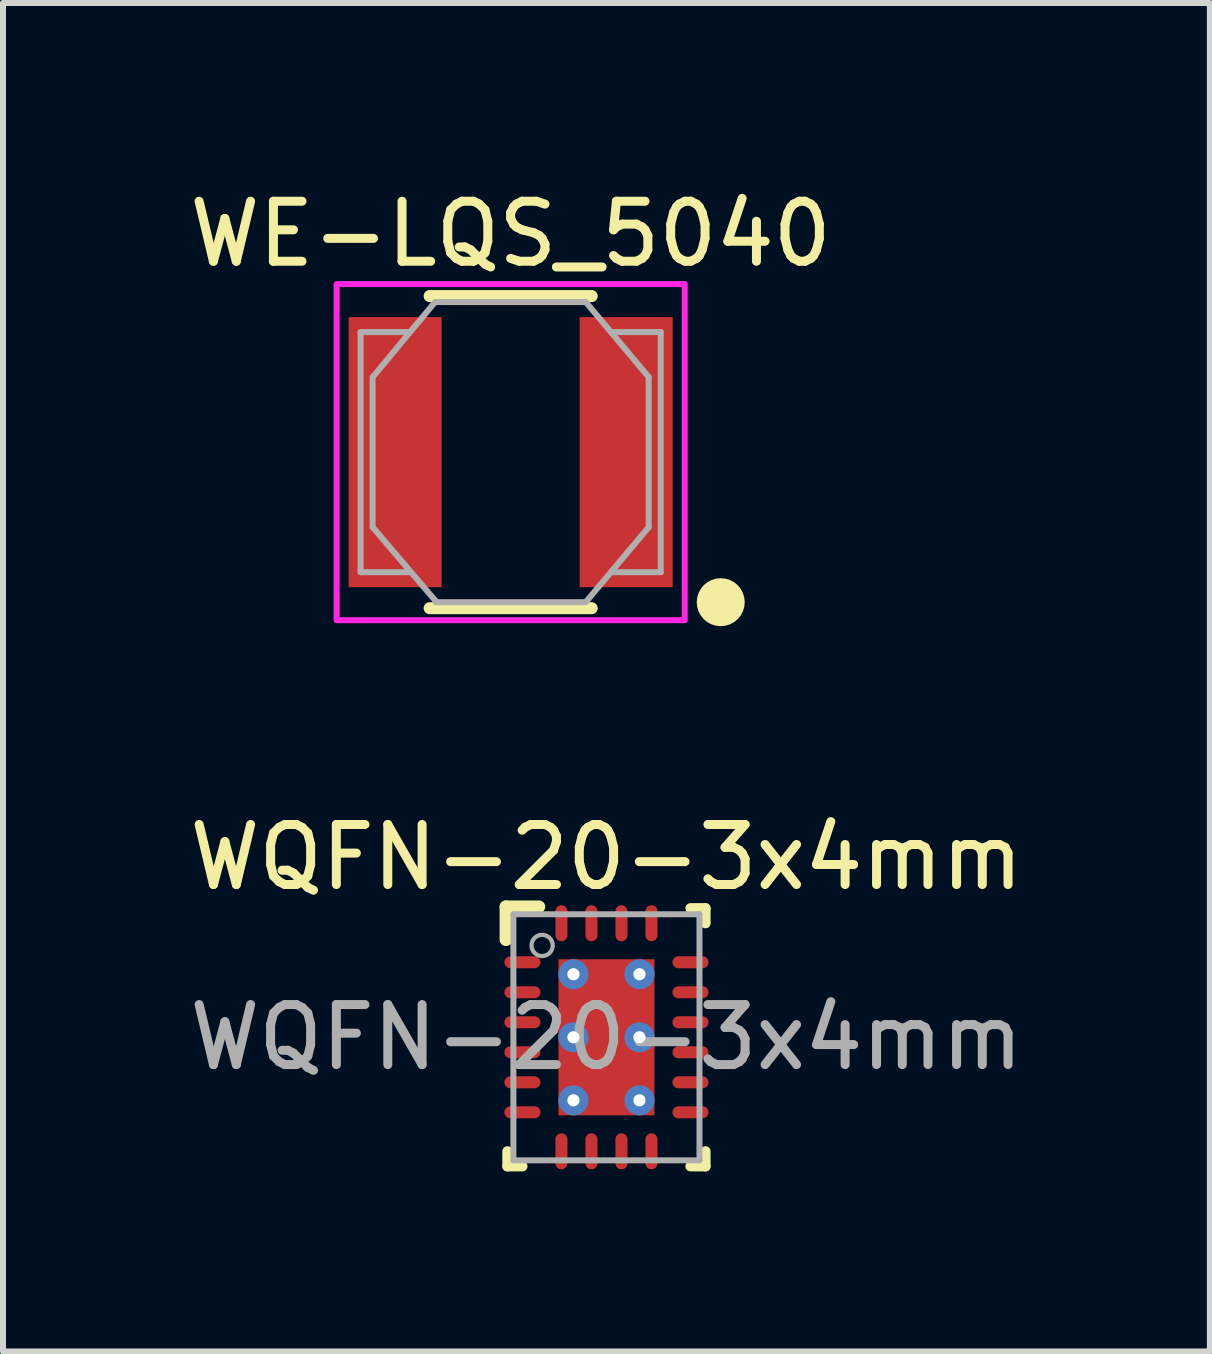
<source format=kicad_pcb>
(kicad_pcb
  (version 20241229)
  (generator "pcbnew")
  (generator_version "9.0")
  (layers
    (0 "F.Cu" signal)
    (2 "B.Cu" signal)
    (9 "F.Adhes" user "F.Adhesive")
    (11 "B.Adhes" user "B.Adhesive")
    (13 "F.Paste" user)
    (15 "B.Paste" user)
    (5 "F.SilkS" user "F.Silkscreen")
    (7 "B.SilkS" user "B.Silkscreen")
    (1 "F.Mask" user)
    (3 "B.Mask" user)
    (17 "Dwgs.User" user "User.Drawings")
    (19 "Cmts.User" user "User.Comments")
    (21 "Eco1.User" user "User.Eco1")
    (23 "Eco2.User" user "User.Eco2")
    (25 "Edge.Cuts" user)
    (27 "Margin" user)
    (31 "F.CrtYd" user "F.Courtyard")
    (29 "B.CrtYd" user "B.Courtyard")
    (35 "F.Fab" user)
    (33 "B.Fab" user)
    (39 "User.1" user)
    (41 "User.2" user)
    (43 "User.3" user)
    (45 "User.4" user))
  (footprint "WE-LQS_5040"
    (layer "F.Cu")
    (at 5.458 4.483)
    (property "Reference" "WE-LQS_5040" (at 0 -3.635 0) (layer "F.SilkS") (effects (font (size 1 1) (thickness 0.15))))
    (attr smd)
    (fp_line (start 1.35 -2.6) (end -1.35 -2.6) (stroke (width 0.2) (type solid)) (layer "F.SilkS"))
    (fp_line (start 1.35 2.6) (end -1.35 2.6) (stroke (width 0.2) (type solid)) (layer "F.SilkS"))
    (fp_circle (center 3.5 2.5) (end 3.7 2.5) (stroke (width 0.4) (type solid)) (fill no) (layer "F.SilkS"))
    (fp_poly (pts (xy 2.9 2.8) (xy -2.9 2.8) (xy -2.9 -2.8) (xy 2.9 -2.8)) (stroke (width 0.1) (type solid)) (fill no) (layer "F.CrtYd"))
    (fp_line (start -2.5 -2) (end -1.68 -2) (stroke (width 0.1) (type solid)) (layer "F.Fab"))
    (fp_line (start -2.5 2) (end -2.5 -2) (stroke (width 0.1) (type solid)) (layer "F.Fab"))
    (fp_line (start -2.5 2) (end -1.68 2) (stroke (width 0.1) (type solid)) (layer "F.Fab"))
    (fp_line (start -2.3 1.25) (end -2.3 -1.25) (stroke (width 0.1) (type solid)) (layer "F.Fab"))
    (fp_line (start -1.26 -2.5) (end -2.29 -1.26) (stroke (width 0.1) (type solid)) (layer "F.Fab"))
    (fp_line (start -1.25 2.48) (end -2.3 1.25) (stroke (width 0.1) (type solid)) (layer "F.Fab"))
    (fp_line (start 1.25 -2.5) (end -1.25 -2.5) (stroke (width 0.1) (type solid)) (layer "F.Fab"))
    (fp_line (start 1.25 2.5) (end -1.25 2.5) (stroke (width 0.1) (type solid)) (layer "F.Fab"))
    (fp_line (start 2.3 -1.25) (end 1.26 -2.49) (stroke (width 0.1) (type solid)) (layer "F.Fab"))
    (fp_line (start 2.3 1.25) (end 1.25 2.5) (stroke (width 0.1) (type solid)) (layer "F.Fab"))
    (fp_line (start 2.3 1.25) (end 2.3 -1.25) (stroke (width 0.1) (type solid)) (layer "F.Fab"))
    (fp_line (start 2.5 -2) (end 1.68 -2) (stroke (width 0.1) (type solid)) (layer "F.Fab"))
    (fp_line (start 2.5 2) (end 1.68 2) (stroke (width 0.1) (type solid)) (layer "F.Fab"))
    (fp_line (start 2.5 2) (end 2.5 -2) (stroke (width 0.1) (type solid)) (layer "F.Fab"))
    (pad "1" smd rect (at 1.925 0) (size 1.55 4.5) (layers "F.Cu" "F.Mask" "F.Paste"))
    (pad "2" smd rect (at -1.925 0) (size 1.55 4.5) (layers "F.Cu" "F.Mask" "F.Paste")))
  (footprint "WQFN-20-3x4mm"
    (layer "F.Cu")
    (at 7.054 14.232)
    (property "Reference" "WQFN-20-3x4mm" (at 0 -3 0) (unlocked yes) (layer "F.SilkS") (effects (font (size 1 1) (thickness 0.15))))
    (attr smd)
    (fp_line (start -1.675 -1.625) (end -1.675 -2.175) (stroke (width 0.21) (type solid)) (layer "F.SilkS"))
    (fp_line (start -1.675 -2.175) (end -1.125 -2.175) (stroke (width 0.21) (type solid)) (layer "F.SilkS"))
    (fp_line (start -1.65 2.15) (end -1.65 1.9) (stroke (width 0.17) (type solid)) (layer "F.SilkS"))
    (fp_line (start -1.65 2.15) (end -1.4 2.15) (stroke (width 0.17) (type solid)) (layer "F.SilkS"))
    (fp_line (start 1.4 2.15) (end 1.65 2.15) (stroke (width 0.17) (type solid)) (layer "F.SilkS"))
    (fp_line (start 1.4 -2.15) (end 1.65 -2.15) (stroke (width 0.17) (type solid)) (layer "F.SilkS"))
    (fp_line (start 1.65 -1.9) (end 1.65 -2.15) (stroke (width 0.17) (type solid)) (layer "F.SilkS"))
    (fp_line (start 1.65 2.15) (end 1.65 1.9) (stroke (width 0.17) (type solid)) (layer "F.SilkS"))
    (fp_poly (pts (xy -0.735 -0.1) (xy 0.735 -0.1) (xy 0.735 -1.25) (xy -0.735 -1.25)) (stroke (width 0) (type solid)) (fill yes) (layer "F.Paste"))
    (fp_poly (pts (xy -0.735 1.25) (xy 0.735 1.25) (xy 0.735 0.1) (xy -0.735 0.1)) (stroke (width 0) (type solid)) (fill yes) (layer "F.Paste"))
    (fp_line (start -1.55 -2.05) (end 1.55 -2.05) (stroke (width 0.1) (type solid)) (layer "F.Fab"))
    (fp_line (start -1.55 2.05) (end -1.55 -2.05) (stroke (width 0.1) (type solid)) (layer "F.Fab"))
    (fp_line (start -1.55 2.05) (end 1.55 2.05) (stroke (width 0.1) (type solid)) (layer "F.Fab"))
    (fp_line (start 1.55 2.05) (end 1.55 -2.05) (stroke (width 0.1) (type solid)) (layer "F.Fab"))
    (fp_circle (center -1.072 -1.53) (end -0.895 -1.53) (stroke (width 0.07) (type solid)) (fill no) (layer "F.Fab"))
    (fp_text user "${REFERENCE}" (at 0 0 0) (unlocked yes) (layer "F.Fab") (effects (font (size 1 1) (thickness 0.15))))
    (pad "1" smd oval (at -1.4 -1.25 90) (size 0.2 0.6) (layers "F.Cu" "F.Mask" "F.Paste"))
    (pad "2" smd oval (at -1.4 -0.75 90) (size 0.2 0.6) (layers "F.Cu" "F.Mask" "F.Paste"))
    (pad "3" smd oval (at -1.4 -0.25 90) (size 0.2 0.6) (layers "F.Cu" "F.Mask" "F.Paste"))
    (pad "4" smd oval (at -1.4 0.25 90) (size 0.2 0.6) (layers "F.Cu" "F.Mask" "F.Paste"))
    (pad "5" smd oval (at -1.4 0.75 90) (size 0.2 0.6) (layers "F.Cu" "F.Mask" "F.Paste"))
    (pad "6" smd oval (at -1.4 1.25 90) (size 0.2 0.6) (layers "F.Cu" "F.Mask" "F.Paste"))
    (pad "7" smd oval (at -0.75 1.9) (size 0.2 0.6) (layers "F.Cu" "F.Mask" "F.Paste"))
    (pad "8" smd oval (at -0.25 1.9) (size 0.2 0.6) (layers "F.Cu" "F.Mask" "F.Paste"))
    (pad "9" smd oval (at 0.25 1.9) (size 0.2 0.6) (layers "F.Cu" "F.Mask" "F.Paste"))
    (pad "10" smd oval (at 0.75 1.9) (size 0.2 0.6) (layers "F.Cu" "F.Mask" "F.Paste"))
    (pad "11" smd oval (at 1.4 1.25 90) (size 0.2 0.6) (layers "F.Cu" "F.Mask" "F.Paste"))
    (pad "12" smd oval (at 1.4 0.75 90) (size 0.2 0.6) (layers "F.Cu" "F.Mask" "F.Paste"))
    (pad "13" smd oval (at 1.4 0.25 90) (size 0.2 0.6) (layers "F.Cu" "F.Mask" "F.Paste"))
    (pad "14" smd oval (at 1.4 -0.25 90) (size 0.2 0.6) (layers "F.Cu" "F.Mask" "F.Paste"))
    (pad "15" smd oval (at 1.4 -0.75 90) (size 0.2 0.6) (layers "F.Cu" "F.Mask" "F.Paste"))
    (pad "16" smd oval (at 1.4 -1.25 90) (size 0.2 0.6) (layers "F.Cu" "F.Mask" "F.Paste"))
    (pad "17" smd oval (at 0.75 -1.9) (size 0.2 0.6) (layers "F.Cu" "F.Mask" "F.Paste"))
    (pad "18" smd oval (at 0.25 -1.9) (size 0.2 0.6) (layers "F.Cu" "F.Mask" "F.Paste"))
    (pad "19" smd oval (at -0.25 -1.9) (size 0.2 0.6) (layers "F.Cu" "F.Mask" "F.Paste"))
    (pad "20" smd oval (at -0.75 -1.9) (size 0.2 0.6) (layers "F.Cu" "F.Mask" "F.Paste"))
    (pad "21" smd rect (at 0 0 90) (size 2.6 1.6) (layers "F.Cu" "F.Mask"))
    (pad "V" thru_hole circle (at -0.55 -1.05) (size 0.5 0.5) (drill 0.203) (layers "*.Cu" "*.Mask"))
    (pad "V" thru_hole circle (at -0.55 0) (size 0.5 0.5) (drill 0.203) (layers "*.Cu" "*.Mask"))
    (pad "V" thru_hole circle (at -0.55 1.05) (size 0.5 0.5) (drill 0.203) (layers "*.Cu" "*.Mask"))
    (pad "V" thru_hole circle (at 0.55 -1.05) (size 0.5 0.5) (drill 0.203) (layers "*.Cu" "*.Mask"))
    (pad "V" thru_hole circle (at 0.55 0) (size 0.5 0.5) (drill 0.203) (layers "*.Cu" "*.Mask"))
    (pad "V" thru_hole circle (at 0.55 1.05) (size 0.5 0.5) (drill 0.203) (layers "*.Cu" "*.Mask")))
  (gr_rect
    (start -3 -3)
    (end 17.107 19.467)
    (stroke (width 0.1) (type default))
    (fill no)
    (layer "Edge.Cuts")))
</source>
